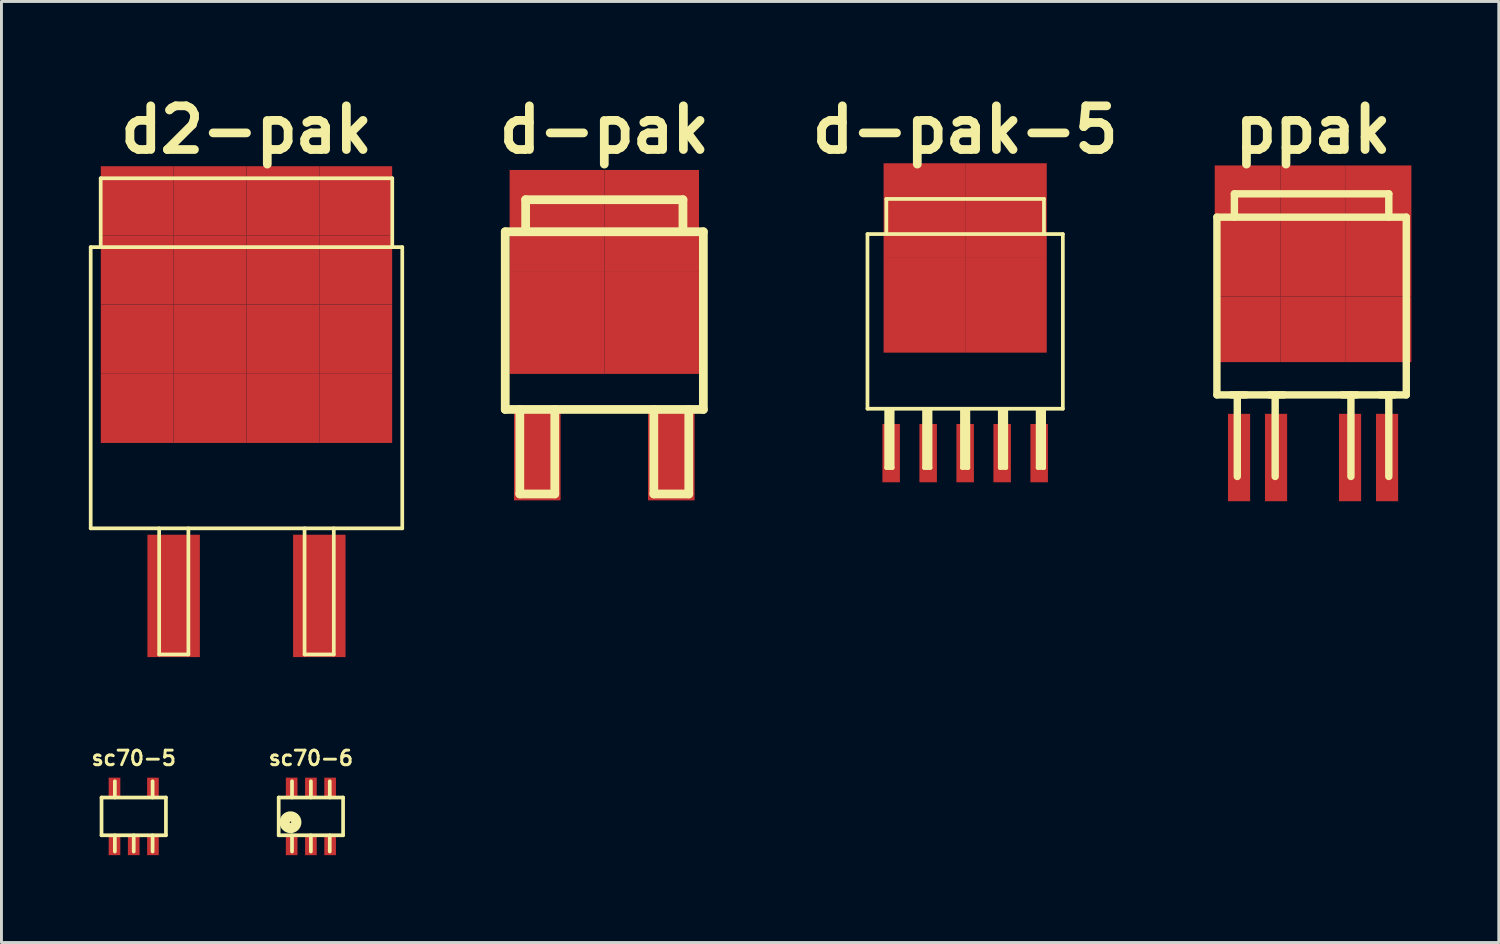
<source format=kicad_pcb>
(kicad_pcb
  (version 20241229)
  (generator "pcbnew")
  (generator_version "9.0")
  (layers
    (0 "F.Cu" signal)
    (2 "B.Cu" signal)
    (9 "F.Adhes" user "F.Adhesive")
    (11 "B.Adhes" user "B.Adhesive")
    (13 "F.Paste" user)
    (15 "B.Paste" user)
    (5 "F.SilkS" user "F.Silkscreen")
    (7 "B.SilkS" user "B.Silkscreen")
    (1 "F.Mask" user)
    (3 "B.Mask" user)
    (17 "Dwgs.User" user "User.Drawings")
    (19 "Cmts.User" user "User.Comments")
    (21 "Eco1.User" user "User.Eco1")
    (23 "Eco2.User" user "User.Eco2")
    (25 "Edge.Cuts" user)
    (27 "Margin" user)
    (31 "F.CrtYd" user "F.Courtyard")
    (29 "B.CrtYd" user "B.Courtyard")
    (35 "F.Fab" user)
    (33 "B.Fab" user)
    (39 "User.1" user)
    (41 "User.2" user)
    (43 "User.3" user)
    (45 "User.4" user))
  (footprint "sc70-5"
    (layer "F.Cu")
    (at 1.54 24.972)
    (property "Reference" "sc70-5" (at 0 -2 0) (layer "F.SilkS") (effects (font (size 0.5 0.5) (thickness 0.1))))
    (attr smd)
    (fp_line (start -1.105 -0.648) (end 1.105 -0.648) (stroke (width 0.127) (type solid)) (layer "F.SilkS"))
    (fp_line (start -1.105 0.648) (end -1.105 -0.648) (stroke (width 0.127) (type solid)) (layer "F.SilkS"))
    (fp_line (start -0.648 -0.648) (end -0.648 -1.206) (stroke (width 0.127) (type solid)) (layer "F.SilkS"))
    (fp_line (start -0.648 0.648) (end -0.648 1.206) (stroke (width 0.127) (type solid)) (layer "F.SilkS"))
    (fp_line (start 0 0.648) (end 0 1.206) (stroke (width 0.127) (type solid)) (layer "F.SilkS"))
    (fp_line (start 0.648 -0.648) (end 0.648 -1.206) (stroke (width 0.127) (type solid)) (layer "F.SilkS"))
    (fp_line (start 0.648 0.648) (end 0.648 1.206) (stroke (width 0.127) (type solid)) (layer "F.SilkS"))
    (fp_line (start 1.105 -0.648) (end 1.105 0.648) (stroke (width 0.127) (type solid)) (layer "F.SilkS"))
    (fp_line (start 1.105 0.648) (end -1.105 0.648) (stroke (width 0.127) (type solid)) (layer "F.SilkS"))
    (pad "1" smd rect (at -0.66 1) (size 0.4 0.66) (layers "F.Cu" "F.Mask" "F.Paste"))
    (pad "2" smd rect (at 0 1) (size 0.4 0.66) (layers "F.Cu" "F.Mask" "F.Paste"))
    (pad "3" smd rect (at 0.66 1) (size 0.4 0.66) (layers "F.Cu" "F.Mask" "F.Paste"))
    (pad "4" smd rect (at 0.66 -1) (size 0.4 0.66) (layers "F.Cu" "F.Mask" "F.Paste"))
    (pad "5" smd rect (at -0.66 -1) (size 0.4 0.66) (layers "F.Cu" "F.Mask" "F.Paste")))
  (footprint "sc70-6"
    (layer "F.Cu")
    (at 7.621 24.972)
    (property "Reference" "sc70-6" (at 0 -2 0) (layer "F.SilkS") (effects (font (size 0.5 0.5) (thickness 0.1))))
    (attr smd)
    (fp_line (start -1.105 -0.648) (end 1.105 -0.648) (stroke (width 0.127) (type solid)) (layer "F.SilkS"))
    (fp_line (start -1.105 0.648) (end -1.105 -0.648) (stroke (width 0.127) (type solid)) (layer "F.SilkS"))
    (fp_line (start -0.648 -0.648) (end -0.648 -1.206) (stroke (width 0.127) (type solid)) (layer "F.SilkS"))
    (fp_line (start -0.648 0.648) (end -0.648 1.206) (stroke (width 0.127) (type solid)) (layer "F.SilkS"))
    (fp_line (start 0 -0.648) (end 0 -1.206) (stroke (width 0.127) (type solid)) (layer "F.SilkS"))
    (fp_line (start 0 0.648) (end 0 1.206) (stroke (width 0.127) (type solid)) (layer "F.SilkS"))
    (fp_line (start 0.648 -0.648) (end 0.648 -1.206) (stroke (width 0.127) (type solid)) (layer "F.SilkS"))
    (fp_line (start 0.648 0.648) (end 0.648 1.206) (stroke (width 0.127) (type solid)) (layer "F.SilkS"))
    (fp_line (start 1.105 -0.648) (end 1.105 0.648) (stroke (width 0.127) (type solid)) (layer "F.SilkS"))
    (fp_line (start 1.105 0.648) (end -1.105 0.648) (stroke (width 0.127) (type solid)) (layer "F.SilkS"))
    (fp_circle (center -0.7 0.2) (end -0.6 0.2) (stroke (width 0.15) (type solid)) (fill no) (layer "F.SilkS"))
    (fp_circle (center -0.7 0.2) (end -0.5 0.2) (stroke (width 0.15) (type solid)) (fill no) (layer "F.SilkS"))
    (fp_circle (center -0.7 0.2) (end -0.4 0.2) (stroke (width 0.15) (type solid)) (fill no) (layer "F.SilkS"))
    (pad "1" smd rect (at -0.66 1) (size 0.4 0.66) (layers "F.Cu" "F.Mask" "F.Paste"))
    (pad "2" smd rect (at 0 1) (size 0.4 0.66) (layers "F.Cu" "F.Mask" "F.Paste"))
    (pad "3" smd rect (at 0.66 1) (size 0.4 0.66) (layers "F.Cu" "F.Mask" "F.Paste"))
    (pad "4" smd rect (at 0.66 -1) (size 0.4 0.66) (layers "F.Cu" "F.Mask" "F.Paste"))
    (pad "5" smd rect (at 0 -1) (size 0.4 0.66) (layers "F.Cu" "F.Mask" "F.Paste"))
    (pad "6" smd rect (at -0.66 -1) (size 0.4 0.66) (layers "F.Cu" "F.Mask" "F.Paste")))
  (footprint "d-pak-5"
    (layer "F.Cu")
    (at 30.078 9.404)
    (property "Reference" "d-pak-5" (at 0 -8 0) (layer "F.SilkS") (effects (font (size 1.5 1.5) (thickness 0.3))))
    (attr smd)
    (fp_line (start -3.353 -4.42) (end -3.353 1.575) (stroke (width 0.127) (type solid)) (layer "F.SilkS"))
    (fp_line (start -2.705 -5.626) (end 2.705 -5.626) (stroke (width 0.127) (type solid)) (layer "F.SilkS"))
    (fp_line (start -2.705 -4.432) (end -2.705 -5.626) (stroke (width 0.127) (type solid)) (layer "F.SilkS"))
    (fp_line (start -2.7 3.599) (end -2.7 1.6) (stroke (width 0.15) (type solid)) (layer "F.SilkS"))
    (fp_line (start -2.601 1.6) (end -2.601 3.599) (stroke (width 0.15) (type solid)) (layer "F.SilkS"))
    (fp_line (start -2.601 3.599) (end -2.7 3.599) (stroke (width 0.15) (type solid)) (layer "F.SilkS"))
    (fp_line (start -2.601 3.599) (end -2.499 3.599) (stroke (width 0.15) (type solid)) (layer "F.SilkS"))
    (fp_line (start -2.499 3.599) (end -2.499 1.6) (stroke (width 0.15) (type solid)) (layer "F.SilkS"))
    (fp_line (start -1.4 3.599) (end -1.4 1.6) (stroke (width 0.15) (type solid)) (layer "F.SilkS"))
    (fp_line (start -1.3 3.599) (end -1.3 1.6) (stroke (width 0.15) (type solid)) (layer "F.SilkS"))
    (fp_line (start -1.199 3.599) (end -1.4 3.599) (stroke (width 0.15) (type solid)) (layer "F.SilkS"))
    (fp_line (start -1.199 3.599) (end -1.199 1.6) (stroke (width 0.15) (type solid)) (layer "F.SilkS"))
    (fp_line (start -0.099 1.6) (end -0.099 3.599) (stroke (width 0.15) (type solid)) (layer "F.SilkS"))
    (fp_line (start -0.099 3.599) (end 0.099 3.599) (stroke (width 0.15) (type solid)) (layer "F.SilkS"))
    (fp_line (start 0 1.6) (end 0 3.5) (stroke (width 0.15) (type solid)) (layer "F.SilkS"))
    (fp_line (start 0.099 1.6) (end 0 1.6) (stroke (width 0.15) (type solid)) (layer "F.SilkS"))
    (fp_line (start 0.099 3.599) (end 0.099 1.6) (stroke (width 0.15) (type solid)) (layer "F.SilkS"))
    (fp_line (start 1.199 1.6) (end 1.199 3.599) (stroke (width 0.15) (type solid)) (layer "F.SilkS"))
    (fp_line (start 1.199 3.599) (end 1.4 3.599) (stroke (width 0.15) (type solid)) (layer "F.SilkS"))
    (fp_line (start 1.3 1.6) (end 1.3 3.5) (stroke (width 0.15) (type solid)) (layer "F.SilkS"))
    (fp_line (start 1.4 1.6) (end 1.3 1.6) (stroke (width 0.15) (type solid)) (layer "F.SilkS"))
    (fp_line (start 1.4 3.599) (end 1.4 1.6) (stroke (width 0.15) (type solid)) (layer "F.SilkS"))
    (fp_line (start 2.499 1.6) (end 2.499 3.599) (stroke (width 0.15) (type solid)) (layer "F.SilkS"))
    (fp_line (start 2.499 3.599) (end 2.7 3.599) (stroke (width 0.15) (type solid)) (layer "F.SilkS"))
    (fp_line (start 2.601 1.6) (end 2.601 3.5) (stroke (width 0.15) (type solid)) (layer "F.SilkS"))
    (fp_line (start 2.7 1.6) (end 2.601 1.6) (stroke (width 0.15) (type solid)) (layer "F.SilkS"))
    (fp_line (start 2.7 3.599) (end 2.7 1.6) (stroke (width 0.15) (type solid)) (layer "F.SilkS"))
    (fp_line (start 2.705 -5.626) (end 2.705 -4.42) (stroke (width 0.127) (type solid)) (layer "F.SilkS"))
    (fp_line (start 3.353 -4.42) (end -3.353 -4.42) (stroke (width 0.127) (type solid)) (layer "F.SilkS"))
    (fp_line (start 3.353 1.575) (end -3.353 1.575) (stroke (width 0.127) (type solid)) (layer "F.SilkS"))
    (fp_line (start 3.353 1.575) (end 3.353 -4.42) (stroke (width 0.127) (type solid)) (layer "F.SilkS"))
    (pad "1" smd rect (at -2.54 3.1) (size 0.6 2) (layers "F.Cu" "F.Mask" "F.Paste"))
    (pad "2" smd rect (at -1.27 3.1) (size 0.6 2) (layers "F.Cu" "F.Mask" "F.Paste"))
    (pad "3" smd rect (at 0 3.1) (size 0.6 2) (layers "F.Cu" "F.Mask" "F.Paste"))
    (pad "4" smd rect (at 1.27 3.1) (size 0.6 2) (layers "F.Cu" "F.Mask" "F.Paste"))
    (pad "5" smd rect (at 2.54 3.1) (size 0.6 2) (layers "F.Cu" "F.Mask" "F.Paste"))
    (pad "6" smd rect (at -1.4 -5.225) (size 2.8 3.25) (layers "F.Cu" "F.Mask" "F.Paste"))
    (pad "6" smd rect (at -1.4 -1.975) (size 2.8 3.25) (layers "F.Cu" "F.Mask" "F.Paste"))
    (pad "6" smd rect (at 1.4 -5.225) (size 2.8 3.25) (layers "F.Cu" "F.Mask" "F.Paste"))
    (pad "6" smd rect (at 1.4 -1.975) (size 2.8 3.25) (layers "F.Cu" "F.Mask" "F.Paste")))
  (footprint "d-pak"
    (layer "F.Cu")
    (at 17.692 9.404)
    (property "Reference" "d-pak" (at 0 -8 0) (layer "F.SilkS") (effects (font (size 1.5 1.5) (thickness 0.3))))
    (attr smd)
    (fp_line (start -3.4 -4.5) (end -3.4 1.6) (stroke (width 0.3) (type solid)) (layer "F.SilkS"))
    (fp_line (start -2.9 1.6) (end -2.9 4.5) (stroke (width 0.3) (type solid)) (layer "F.SilkS"))
    (fp_line (start -2.9 4.5) (end -1.7 4.5) (stroke (width 0.3) (type solid)) (layer "F.SilkS"))
    (fp_line (start -2.7 -5.6) (end 2.7 -5.6) (stroke (width 0.3) (type solid)) (layer "F.SilkS"))
    (fp_line (start -2.7 -4.5) (end -2.7 -5.6) (stroke (width 0.3) (type solid)) (layer "F.SilkS"))
    (fp_line (start -1.7 4.5) (end -1.7 1.6) (stroke (width 0.3) (type solid)) (layer "F.SilkS"))
    (fp_line (start 1.7 1.6) (end 1.7 4.5) (stroke (width 0.3) (type solid)) (layer "F.SilkS"))
    (fp_line (start 1.7 4.5) (end 2.9 4.5) (stroke (width 0.3) (type solid)) (layer "F.SilkS"))
    (fp_line (start 2.7 -5.6) (end 2.7 -4.5) (stroke (width 0.3) (type solid)) (layer "F.SilkS"))
    (fp_line (start 2.9 4.5) (end 2.9 1.6) (stroke (width 0.3) (type solid)) (layer "F.SilkS"))
    (fp_line (start 3.4 -4.5) (end -3.4 -4.5) (stroke (width 0.3) (type solid)) (layer "F.SilkS"))
    (fp_line (start 3.4 1.6) (end -3.4 1.6) (stroke (width 0.3) (type solid)) (layer "F.SilkS"))
    (fp_line (start 3.4 1.6) (end 3.4 -4.5) (stroke (width 0.3) (type solid)) (layer "F.SilkS"))
    (pad "1" smd rect (at -2.3 3.12) (size 1.6 3.2) (layers "F.Cu" "F.Mask" "F.Paste"))
    (pad "2" smd rect (at -1.625 -4.87) (size 3.25 3.5) (layers "F.Cu" "F.Mask" "F.Paste"))
    (pad "2" smd rect (at -1.625 -1.37) (size 3.25 3.5) (layers "F.Cu" "F.Mask" "F.Paste"))
    (pad "2" smd rect (at 1.625 -4.87) (size 3.25 3.5) (layers "F.Cu" "F.Mask" "F.Paste"))
    (pad "2" smd rect (at 1.625 -1.37) (size 3.25 3.5) (layers "F.Cu" "F.Mask" "F.Paste"))
    (pad "3" smd rect (at 2.3 3.12) (size 1.6 3.2) (layers "F.Cu" "F.Mask" "F.Paste")))
  (footprint "ppak"
    (layer "F.Cu")
    (at 42.019 8.404)
    (property "Reference" "ppak" (at 0 -7 0) (layer "F.SilkS") (effects (font (size 1.5 1.5) (thickness 0.3))))
    (attr smd)
    (fp_line (start -3.3 -4) (end 3.2 -4) (stroke (width 0.254) (type solid)) (layer "F.SilkS"))
    (fp_line (start -3.3 2.1) (end -3.3 -4) (stroke (width 0.254) (type solid)) (layer "F.SilkS"))
    (fp_line (start -3.3 2.1) (end 3.2 2.1) (stroke (width 0.254) (type solid)) (layer "F.SilkS"))
    (fp_line (start -2.7 -4.8) (end 2.6 -4.8) (stroke (width 0.254) (type solid)) (layer "F.SilkS"))
    (fp_line (start -2.7 -4) (end -2.7 -4.8) (stroke (width 0.254) (type solid)) (layer "F.SilkS"))
    (fp_line (start -2.6 2.1) (end -2.6 4.9) (stroke (width 0.254) (type solid)) (layer "F.SilkS"))
    (fp_line (start -2.3 2.1) (end -2.8 2.1) (stroke (width 0.254) (type solid)) (layer "F.SilkS"))
    (fp_line (start -1.3 2.1) (end -1.3 4.9) (stroke (width 0.254) (type solid)) (layer "F.SilkS"))
    (fp_line (start -1 2.1) (end -1.5 2.1) (stroke (width 0.254) (type solid)) (layer "F.SilkS"))
    (fp_line (start 1.3 4.9) (end 1.3 2.1) (stroke (width 0.254) (type solid)) (layer "F.SilkS"))
    (fp_line (start 1.5 2.1) (end 1 2.1) (stroke (width 0.254) (type solid)) (layer "F.SilkS"))
    (fp_line (start 2.6 -4.8) (end 2.6 -4) (stroke (width 0.254) (type solid)) (layer "F.SilkS"))
    (fp_line (start 2.6 4.9) (end 2.6 2.1) (stroke (width 0.254) (type solid)) (layer "F.SilkS"))
    (fp_line (start 2.8 2.1) (end 2.3 2.1) (stroke (width 0.254) (type solid)) (layer "F.SilkS"))
    (fp_line (start 3.2 -4) (end 3.2 2.1) (stroke (width 0.254) (type solid)) (layer "F.SilkS"))
    (pad "1" smd rect (at -2.54 4.25) (size 0.76 3) (layers "F.Cu" "F.Mask" "F.Paste"))
    (pad "2" smd rect (at -1.27 4.25) (size 0.76 3) (layers "F.Cu" "F.Mask" "F.Paste"))
    (pad "4" smd rect (at 1.27 4.25) (size 0.76 3) (layers "F.Cu" "F.Mask" "F.Paste"))
    (pad "5" smd rect (at 2.54 4.25) (size 0.76 3) (layers "F.Cu" "F.Mask" "F.Paste"))
    (pad "6" smd rect (at -2.25 -4.65) (size 2.25 2.25) (layers "F.Cu" "F.Mask" "F.Paste"))
    (pad "6" smd rect (at -2.25 -2.4) (size 2.25 2.25) (layers "F.Cu" "F.Mask" "F.Paste"))
    (pad "6" smd rect (at -2.25 -0.15) (size 2.25 2.25) (layers "F.Cu" "F.Mask" "F.Paste"))
    (pad "6" smd rect (at 0 -4.65) (size 2.25 2.25) (layers "F.Cu" "F.Mask" "F.Paste"))
    (pad "6" smd rect (at 0 -2.4) (size 2.25 2.25) (layers "F.Cu" "F.Mask" "F.Paste"))
    (pad "6" smd rect (at 0 -0.15) (size 2.25 2.25) (layers "F.Cu" "F.Mask" "F.Paste"))
    (pad "6" smd rect (at 2.25 -4.65) (size 2.25 2.25) (layers "F.Cu" "F.Mask" "F.Paste"))
    (pad "6" smd rect (at 2.25 -2.4) (size 2.25 2.25) (layers "F.Cu" "F.Mask" "F.Paste"))
    (pad "6" smd rect (at 2.25 -0.15) (size 2.25 2.25) (layers "F.Cu" "F.Mask" "F.Paste")))
  (footprint "d2-pak"
    (layer "F.Cu")
    (at 5.41 12.404)
    (property "Reference" "d2-pak" (at 0 -11 0) (layer "F.SilkS") (effects (font (size 1.5 1.5) (thickness 0.3))))
    (attr smd)
    (fp_line (start -5.347 -6.972) (end 5.347 -6.972) (stroke (width 0.127) (type solid)) (layer "F.SilkS"))
    (fp_line (start -5.347 2.68) (end -5.347 -6.972) (stroke (width 0.127) (type solid)) (layer "F.SilkS"))
    (fp_line (start -5.004 -9.335) (end 5.004 -9.335) (stroke (width 0.127) (type solid)) (layer "F.SilkS"))
    (fp_line (start -5.004 -6.972) (end -5.004 -9.335) (stroke (width 0.127) (type solid)) (layer "F.SilkS"))
    (fp_line (start -2.997 2.68) (end -2.997 7.01) (stroke (width 0.127) (type solid)) (layer "F.SilkS"))
    (fp_line (start -2.997 7.01) (end -1.994 7.01) (stroke (width 0.127) (type solid)) (layer "F.SilkS"))
    (fp_line (start -1.994 7.01) (end -1.994 2.68) (stroke (width 0.127) (type solid)) (layer "F.SilkS"))
    (fp_line (start 1.994 2.68) (end 1.994 7.01) (stroke (width 0.127) (type solid)) (layer "F.SilkS"))
    (fp_line (start 1.994 7.01) (end 2.997 7.01) (stroke (width 0.127) (type solid)) (layer "F.SilkS"))
    (fp_line (start 2.997 7.01) (end 2.997 2.68) (stroke (width 0.127) (type solid)) (layer "F.SilkS"))
    (fp_line (start 5.004 -9.335) (end 5.004 -6.972) (stroke (width 0.127) (type solid)) (layer "F.SilkS"))
    (fp_line (start 5.347 -6.972) (end 5.347 2.68) (stroke (width 0.127) (type solid)) (layer "F.SilkS"))
    (fp_line (start 5.347 2.68) (end -5.347 2.68) (stroke (width 0.127) (type solid)) (layer "F.SilkS"))
    (pad "1" smd rect (at -2.5 5) (size 1.8 4.2) (layers "F.Cu" "F.Mask" "F.Paste"))
    (pad "2" smd rect (at -3.75 -8.562) (size 2.5 2.375) (layers "F.Cu" "F.Mask" "F.Paste"))
    (pad "2" smd rect (at -3.75 -6.188) (size 2.5 2.375) (layers "F.Cu" "F.Mask" "F.Paste"))
    (pad "2" smd rect (at -3.75 -3.812) (size 2.5 2.375) (layers "F.Cu" "F.Mask" "F.Paste"))
    (pad "2" smd rect (at -3.75 -1.438) (size 2.5 2.375) (layers "F.Cu" "F.Mask" "F.Paste"))
    (pad "2" smd rect (at -1.25 -8.562) (size 2.5 2.375) (layers "F.Cu" "F.Mask" "F.Paste"))
    (pad "2" smd rect (at -1.25 -6.188) (size 2.5 2.375) (layers "F.Cu" "F.Mask" "F.Paste"))
    (pad "2" smd rect (at -1.25 -3.812) (size 2.5 2.375) (layers "F.Cu" "F.Mask" "F.Paste"))
    (pad "2" smd rect (at -1.25 -1.438) (size 2.5 2.375) (layers "F.Cu" "F.Mask" "F.Paste"))
    (pad "2" smd rect (at 1.25 -8.562) (size 2.5 2.375) (layers "F.Cu" "F.Mask" "F.Paste"))
    (pad "2" smd rect (at 1.25 -6.188) (size 2.5 2.375) (layers "F.Cu" "F.Mask" "F.Paste"))
    (pad "2" smd rect (at 1.25 -3.812) (size 2.5 2.375) (layers "F.Cu" "F.Mask" "F.Paste"))
    (pad "2" smd rect (at 1.25 -1.438) (size 2.5 2.375) (layers "F.Cu" "F.Mask" "F.Paste"))
    (pad "2" smd rect (at 3.75 -8.562) (size 2.5 2.375) (layers "F.Cu" "F.Mask" "F.Paste"))
    (pad "2" smd rect (at 3.75 -6.188) (size 2.5 2.375) (layers "F.Cu" "F.Mask" "F.Paste"))
    (pad "2" smd rect (at 3.75 -3.812) (size 2.5 2.375) (layers "F.Cu" "F.Mask" "F.Paste"))
    (pad "2" smd rect (at 3.75 -1.438) (size 2.5 2.375) (layers "F.Cu" "F.Mask" "F.Paste"))
    (pad "3" smd rect (at 2.5 5) (size 1.8 4.2) (layers "F.Cu" "F.Mask" "F.Paste")))
  (gr_rect
    (start -3 -3)
    (end 48.394 29.302)
    (stroke (width 0.1) (type default))
    (fill no)
    (layer "Edge.Cuts")))
</source>
